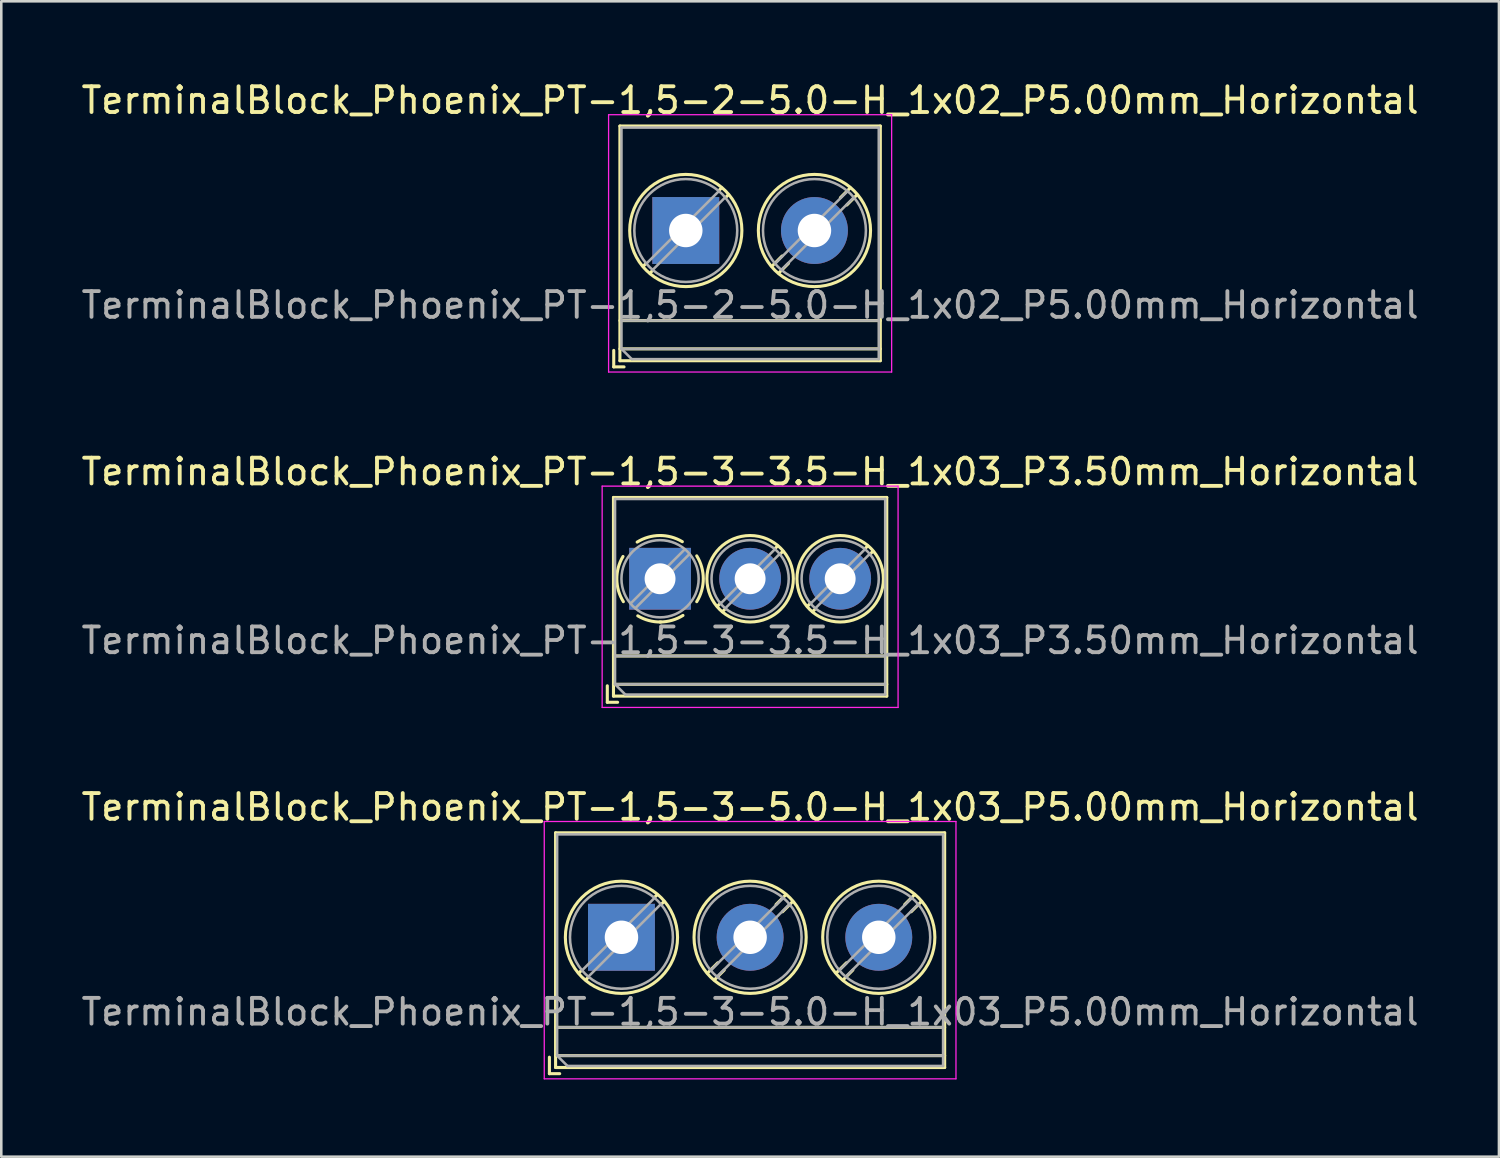
<source format=kicad_pcb>
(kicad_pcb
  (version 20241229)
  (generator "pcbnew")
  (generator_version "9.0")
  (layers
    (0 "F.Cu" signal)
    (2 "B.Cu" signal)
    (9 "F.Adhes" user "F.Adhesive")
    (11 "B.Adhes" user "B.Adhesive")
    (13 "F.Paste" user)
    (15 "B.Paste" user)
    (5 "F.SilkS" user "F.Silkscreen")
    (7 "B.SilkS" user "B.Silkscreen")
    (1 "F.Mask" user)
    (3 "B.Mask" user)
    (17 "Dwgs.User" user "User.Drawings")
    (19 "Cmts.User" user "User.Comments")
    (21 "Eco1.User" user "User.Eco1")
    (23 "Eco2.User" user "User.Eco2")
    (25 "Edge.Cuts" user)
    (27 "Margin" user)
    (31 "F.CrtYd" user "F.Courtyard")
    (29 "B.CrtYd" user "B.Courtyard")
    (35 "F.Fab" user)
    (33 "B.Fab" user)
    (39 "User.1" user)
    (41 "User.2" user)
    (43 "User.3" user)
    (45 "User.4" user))
  (footprint "TerminalBlock_Phoenix_PT-1,5-2-5.0-H_1x02_P5.00mm_Horizontal"
    (layer "F.Cu")
    (at 23.601 5.908)
    (property "Reference" "TerminalBlock_Phoenix_PT-1,5-2-5.0-H_1x02_P5.00mm_Horizontal" (at 2.5 -5.06 0) (layer "F.SilkS") (effects (font (size 1 1) (thickness 0.15))))
    (attr through_hole)
    (fp_line (start -2.8 4.66) (end -2.8 5.3) (stroke (width 0.12) (type solid)) (layer "F.SilkS"))
    (fp_line (start -2.8 5.3) (end -2.4 5.3) (stroke (width 0.12) (type solid)) (layer "F.SilkS"))
    (fp_line (start -2.56 -4.06) (end -2.56 5.06) (stroke (width 0.12) (type solid)) (layer "F.SilkS"))
    (fp_line (start -2.56 -4.06) (end 7.56 -4.06) (stroke (width 0.12) (type solid)) (layer "F.SilkS"))
    (fp_line (start -2.56 3.5) (end 7.56 3.5) (stroke (width 0.12) (type solid)) (layer "F.SilkS"))
    (fp_line (start -2.56 4.6) (end 7.56 4.6) (stroke (width 0.12) (type solid)) (layer "F.SilkS"))
    (fp_line (start -2.56 5.06) (end 7.56 5.06) (stroke (width 0.12) (type solid)) (layer "F.SilkS"))
    (fp_line (start -1.548 1.281) (end -1.654 1.388) (stroke (width 0.12) (type solid)) (layer "F.SilkS"))
    (fp_line (start -1.282 1.547) (end -1.388 1.654) (stroke (width 0.12) (type solid)) (layer "F.SilkS"))
    (fp_line (start 1.388 -1.654) (end 1.281 -1.547) (stroke (width 0.12) (type solid)) (layer "F.SilkS"))
    (fp_line (start 1.654 -1.388) (end 1.547 -1.281) (stroke (width 0.12) (type solid)) (layer "F.SilkS"))
    (fp_line (start 3.742 0.992) (end 3.347 1.388) (stroke (width 0.12) (type solid)) (layer "F.SilkS"))
    (fp_line (start 3.993 1.274) (end 3.613 1.654) (stroke (width 0.12) (type solid)) (layer "F.SilkS"))
    (fp_line (start 6.388 -1.654) (end 6.008 -1.274) (stroke (width 0.12) (type solid)) (layer "F.SilkS"))
    (fp_line (start 6.654 -1.388) (end 6.259 -0.992) (stroke (width 0.12) (type solid)) (layer "F.SilkS"))
    (fp_line (start 7.56 -4.06) (end 7.56 5.06) (stroke (width 0.12) (type solid)) (layer "F.SilkS"))
    (fp_circle (center 0 0) (end 2.18 0) (stroke (width 0.12) (type solid)) (fill no) (layer "F.SilkS"))
    (fp_circle (center 5 0) (end 7.18 0) (stroke (width 0.12) (type solid)) (fill no) (layer "F.SilkS"))
    (fp_line (start -3 -4.5) (end -3 5.5) (stroke (width 0.05) (type solid)) (layer "F.CrtYd"))
    (fp_line (start -3 5.5) (end 8 5.5) (stroke (width 0.05) (type solid)) (layer "F.CrtYd"))
    (fp_line (start 8 -4.5) (end -3 -4.5) (stroke (width 0.05) (type solid)) (layer "F.CrtYd"))
    (fp_line (start 8 5.5) (end 8 -4.5) (stroke (width 0.05) (type solid)) (layer "F.CrtYd"))
    (fp_line (start -2.5 -4) (end 7.5 -4) (stroke (width 0.1) (type solid)) (layer "F.Fab"))
    (fp_line (start -2.5 3.5) (end 7.5 3.5) (stroke (width 0.1) (type solid)) (layer "F.Fab"))
    (fp_line (start -2.5 4.6) (end -2.5 -4) (stroke (width 0.1) (type solid)) (layer "F.Fab"))
    (fp_line (start -2.5 4.6) (end 7.5 4.6) (stroke (width 0.1) (type solid)) (layer "F.Fab"))
    (fp_line (start -2.1 5) (end -2.5 4.6) (stroke (width 0.1) (type solid)) (layer "F.Fab"))
    (fp_line (start 1.273 -1.517) (end -1.517 1.273) (stroke (width 0.1) (type solid)) (layer "F.Fab"))
    (fp_line (start 1.517 -1.273) (end -1.273 1.517) (stroke (width 0.1) (type solid)) (layer "F.Fab"))
    (fp_line (start 6.273 -1.517) (end 3.484 1.273) (stroke (width 0.1) (type solid)) (layer "F.Fab"))
    (fp_line (start 6.517 -1.273) (end 3.728 1.517) (stroke (width 0.1) (type solid)) (layer "F.Fab"))
    (fp_line (start 7.5 -4) (end 7.5 5) (stroke (width 0.1) (type solid)) (layer "F.Fab"))
    (fp_line (start 7.5 5) (end -2.1 5) (stroke (width 0.1) (type solid)) (layer "F.Fab"))
    (fp_circle (center 0 0) (end 2 0) (stroke (width 0.1) (type solid)) (fill no) (layer "F.Fab"))
    (fp_circle (center 5 0) (end 7 0) (stroke (width 0.1) (type solid)) (fill no) (layer "F.Fab"))
    (fp_text user "${REFERENCE}" (at 2.5 2.9 0) (layer "F.Fab") (effects (font (size 1 1) (thickness 0.15))))
    (pad "1" thru_hole rect (at 0 0) (size 2.6 2.6) (drill 1.3) (layers "*.Cu" "*.Mask"))
    (pad "2" thru_hole circle (at 5 0) (size 2.6 2.6) (drill 1.3) (layers "*.Cu" "*.Mask")))
  (footprint "TerminalBlock_Phoenix_PT-1,5-3-3.5-H_1x03_P3.50mm_Horizontal"
    (layer "F.Cu")
    (at 22.601 19.442)
    (property "Reference" "TerminalBlock_Phoenix_PT-1,5-3-3.5-H_1x03_P3.50mm_Horizontal" (at 3.5 -4.16 0) (layer "F.SilkS") (effects (font (size 1 1) (thickness 0.15))))
    (attr through_hole)
    (fp_line (start -2.05 4.16) (end -2.05 4.8) (stroke (width 0.12) (type solid)) (layer "F.SilkS"))
    (fp_line (start -2.05 4.8) (end -1.65 4.8) (stroke (width 0.12) (type solid)) (layer "F.SilkS"))
    (fp_line (start -1.81 -3.16) (end -1.81 4.56) (stroke (width 0.12) (type solid)) (layer "F.SilkS"))
    (fp_line (start -1.81 -3.16) (end 8.81 -3.16) (stroke (width 0.12) (type solid)) (layer "F.SilkS"))
    (fp_line (start -1.81 3) (end 8.81 3) (stroke (width 0.12) (type solid)) (layer "F.SilkS"))
    (fp_line (start -1.81 4.1) (end 8.81 4.1) (stroke (width 0.12) (type solid)) (layer "F.SilkS"))
    (fp_line (start -1.81 4.56) (end 8.81 4.56) (stroke (width 0.12) (type solid)) (layer "F.SilkS"))
    (fp_line (start 2.355 0.941) (end 2.226 1.069) (stroke (width 0.12) (type solid)) (layer "F.SilkS"))
    (fp_line (start 2.525 1.181) (end 2.431 1.274) (stroke (width 0.12) (type solid)) (layer "F.SilkS"))
    (fp_line (start 4.57 -1.275) (end 4.476 -1.181) (stroke (width 0.12) (type solid)) (layer "F.SilkS"))
    (fp_line (start 4.775 -1.069) (end 4.646 -0.941) (stroke (width 0.12) (type solid)) (layer "F.SilkS"))
    (fp_line (start 5.855 0.941) (end 5.726 1.069) (stroke (width 0.12) (type solid)) (layer "F.SilkS"))
    (fp_line (start 6.025 1.181) (end 5.931 1.274) (stroke (width 0.12) (type solid)) (layer "F.SilkS"))
    (fp_line (start 8.07 -1.275) (end 7.976 -1.181) (stroke (width 0.12) (type solid)) (layer "F.SilkS"))
    (fp_line (start 8.275 -1.069) (end 8.146 -0.941) (stroke (width 0.12) (type solid)) (layer "F.SilkS"))
    (fp_line (start 8.81 -3.16) (end 8.81 4.56) (stroke (width 0.12) (type solid)) (layer "F.SilkS"))
    (fp_arc (start -1.425358 0.889894) (mid -1.680286 0.014012) (end -1.44 -0.866) (stroke (width 0.12) (type solid)) (layer "F.SilkS"))
    (fp_arc (start -0.889894 -1.425358) (mid -0.014012 -1.680286) (end 0.866 -1.44) (stroke (width 0.12) (type solid)) (layer "F.SilkS"))
    (fp_arc (start 0.028674 1.680099) (mid -0.435535 1.622918) (end -0.866 1.44) (stroke (width 0.12) (type solid)) (layer "F.SilkS"))
    (fp_arc (start 0.890264 1.424721) (mid 0.463071 1.61492) (end 0 1.68) (stroke (width 0.12) (type solid)) (layer "F.SilkS"))
    (fp_arc (start 1.425504 -0.890193) (mid 1.680626 0.000476) (end 1.425 0.891) (stroke (width 0.12) (type solid)) (layer "F.SilkS"))
    (fp_circle (center 3.5 0) (end 5.18 0) (stroke (width 0.12) (type solid)) (fill no) (layer "F.SilkS"))
    (fp_circle (center 7 0) (end 8.68 0) (stroke (width 0.12) (type solid)) (fill no) (layer "F.SilkS"))
    (fp_line (start -2.25 -3.6) (end -2.25 5) (stroke (width 0.05) (type solid)) (layer "F.CrtYd"))
    (fp_line (start -2.25 5) (end 9.25 5) (stroke (width 0.05) (type solid)) (layer "F.CrtYd"))
    (fp_line (start 9.25 -3.6) (end -2.25 -3.6) (stroke (width 0.05) (type solid)) (layer "F.CrtYd"))
    (fp_line (start 9.25 5) (end 9.25 -3.6) (stroke (width 0.05) (type solid)) (layer "F.CrtYd"))
    (fp_line (start -1.75 -3.1) (end 8.75 -3.1) (stroke (width 0.1) (type solid)) (layer "F.Fab"))
    (fp_line (start -1.75 3) (end 8.75 3) (stroke (width 0.1) (type solid)) (layer "F.Fab"))
    (fp_line (start -1.75 4.1) (end -1.75 -3.1) (stroke (width 0.1) (type solid)) (layer "F.Fab"))
    (fp_line (start -1.75 4.1) (end 8.75 4.1) (stroke (width 0.1) (type solid)) (layer "F.Fab"))
    (fp_line (start -1.35 4.5) (end -1.75 4.1) (stroke (width 0.1) (type solid)) (layer "F.Fab"))
    (fp_line (start 0.955 -1.138) (end -1.138 0.955) (stroke (width 0.1) (type solid)) (layer "F.Fab"))
    (fp_line (start 1.138 -0.955) (end -0.955 1.138) (stroke (width 0.1) (type solid)) (layer "F.Fab"))
    (fp_line (start 4.455 -1.138) (end 2.363 0.955) (stroke (width 0.1) (type solid)) (layer "F.Fab"))
    (fp_line (start 4.638 -0.955) (end 2.546 1.138) (stroke (width 0.1) (type solid)) (layer "F.Fab"))
    (fp_line (start 7.955 -1.138) (end 5.863 0.955) (stroke (width 0.1) (type solid)) (layer "F.Fab"))
    (fp_line (start 8.138 -0.955) (end 6.046 1.138) (stroke (width 0.1) (type solid)) (layer "F.Fab"))
    (fp_line (start 8.75 -3.1) (end 8.75 4.5) (stroke (width 0.1) (type solid)) (layer "F.Fab"))
    (fp_line (start 8.75 4.5) (end -1.35 4.5) (stroke (width 0.1) (type solid)) (layer "F.Fab"))
    (fp_circle (center 0 0) (end 1.5 0) (stroke (width 0.1) (type solid)) (fill no) (layer "F.Fab"))
    (fp_circle (center 3.5 0) (end 5 0) (stroke (width 0.1) (type solid)) (fill no) (layer "F.Fab"))
    (fp_circle (center 7 0) (end 8.5 0) (stroke (width 0.1) (type solid)) (fill no) (layer "F.Fab"))
    (fp_text user "${REFERENCE}" (at 3.5 2.4 0) (layer "F.Fab") (effects (font (size 1 1) (thickness 0.15))))
    (pad "1" thru_hole rect (at 0 0) (size 2.4 2.4) (drill 1.2) (layers "*.Cu" "*.Mask"))
    (pad "2" thru_hole circle (at 3.5 0) (size 2.4 2.4) (drill 1.2) (layers "*.Cu" "*.Mask"))
    (pad "3" thru_hole circle (at 7 0) (size 2.4 2.4) (drill 1.2) (layers "*.Cu" "*.Mask")))
  (footprint "TerminalBlock_Phoenix_PT-1,5-3-5.0-H_1x03_P5.00mm_Horizontal"
    (layer "F.Cu")
    (at 21.101 33.375)
    (property "Reference" "TerminalBlock_Phoenix_PT-1,5-3-5.0-H_1x03_P5.00mm_Horizontal" (at 5 -5.06 0) (layer "F.SilkS") (effects (font (size 1 1) (thickness 0.15))))
    (attr through_hole)
    (fp_line (start -2.8 4.66) (end -2.8 5.3) (stroke (width 0.12) (type solid)) (layer "F.SilkS"))
    (fp_line (start -2.8 5.3) (end -2.4 5.3) (stroke (width 0.12) (type solid)) (layer "F.SilkS"))
    (fp_line (start -2.56 -4.06) (end -2.56 5.06) (stroke (width 0.12) (type solid)) (layer "F.SilkS"))
    (fp_line (start -2.56 -4.06) (end 12.56 -4.06) (stroke (width 0.12) (type solid)) (layer "F.SilkS"))
    (fp_line (start -2.56 3.5) (end 12.56 3.5) (stroke (width 0.12) (type solid)) (layer "F.SilkS"))
    (fp_line (start -2.56 4.6) (end 12.56 4.6) (stroke (width 0.12) (type solid)) (layer "F.SilkS"))
    (fp_line (start -2.56 5.06) (end 12.56 5.06) (stroke (width 0.12) (type solid)) (layer "F.SilkS"))
    (fp_line (start -1.548 1.281) (end -1.654 1.388) (stroke (width 0.12) (type solid)) (layer "F.SilkS"))
    (fp_line (start -1.282 1.547) (end -1.388 1.654) (stroke (width 0.12) (type solid)) (layer "F.SilkS"))
    (fp_line (start 1.388 -1.654) (end 1.281 -1.547) (stroke (width 0.12) (type solid)) (layer "F.SilkS"))
    (fp_line (start 1.654 -1.388) (end 1.547 -1.281) (stroke (width 0.12) (type solid)) (layer "F.SilkS"))
    (fp_line (start 3.742 0.992) (end 3.347 1.388) (stroke (width 0.12) (type solid)) (layer "F.SilkS"))
    (fp_line (start 3.993 1.274) (end 3.613 1.654) (stroke (width 0.12) (type solid)) (layer "F.SilkS"))
    (fp_line (start 6.388 -1.654) (end 6.008 -1.274) (stroke (width 0.12) (type solid)) (layer "F.SilkS"))
    (fp_line (start 6.654 -1.388) (end 6.259 -0.992) (stroke (width 0.12) (type solid)) (layer "F.SilkS"))
    (fp_line (start 8.742 0.992) (end 8.347 1.388) (stroke (width 0.12) (type solid)) (layer "F.SilkS"))
    (fp_line (start 8.993 1.274) (end 8.613 1.654) (stroke (width 0.12) (type solid)) (layer "F.SilkS"))
    (fp_line (start 11.388 -1.654) (end 11.008 -1.274) (stroke (width 0.12) (type solid)) (layer "F.SilkS"))
    (fp_line (start 11.654 -1.388) (end 11.259 -0.992) (stroke (width 0.12) (type solid)) (layer "F.SilkS"))
    (fp_line (start 12.56 -4.06) (end 12.56 5.06) (stroke (width 0.12) (type solid)) (layer "F.SilkS"))
    (fp_circle (center 0 0) (end 2.18 0) (stroke (width 0.12) (type solid)) (fill no) (layer "F.SilkS"))
    (fp_circle (center 5 0) (end 7.18 0) (stroke (width 0.12) (type solid)) (fill no) (layer "F.SilkS"))
    (fp_circle (center 10 0) (end 12.18 0) (stroke (width 0.12) (type solid)) (fill no) (layer "F.SilkS"))
    (fp_line (start -3 -4.5) (end -3 5.5) (stroke (width 0.05) (type solid)) (layer "F.CrtYd"))
    (fp_line (start -3 5.5) (end 13 5.5) (stroke (width 0.05) (type solid)) (layer "F.CrtYd"))
    (fp_line (start 13 -4.5) (end -3 -4.5) (stroke (width 0.05) (type solid)) (layer "F.CrtYd"))
    (fp_line (start 13 5.5) (end 13 -4.5) (stroke (width 0.05) (type solid)) (layer "F.CrtYd"))
    (fp_line (start -2.5 -4) (end 12.5 -4) (stroke (width 0.1) (type solid)) (layer "F.Fab"))
    (fp_line (start -2.5 3.5) (end 12.5 3.5) (stroke (width 0.1) (type solid)) (layer "F.Fab"))
    (fp_line (start -2.5 4.6) (end -2.5 -4) (stroke (width 0.1) (type solid)) (layer "F.Fab"))
    (fp_line (start -2.5 4.6) (end 12.5 4.6) (stroke (width 0.1) (type solid)) (layer "F.Fab"))
    (fp_line (start -2.1 5) (end -2.5 4.6) (stroke (width 0.1) (type solid)) (layer "F.Fab"))
    (fp_line (start 1.273 -1.517) (end -1.517 1.273) (stroke (width 0.1) (type solid)) (layer "F.Fab"))
    (fp_line (start 1.517 -1.273) (end -1.273 1.517) (stroke (width 0.1) (type solid)) (layer "F.Fab"))
    (fp_line (start 6.273 -1.517) (end 3.484 1.273) (stroke (width 0.1) (type solid)) (layer "F.Fab"))
    (fp_line (start 6.517 -1.273) (end 3.728 1.517) (stroke (width 0.1) (type solid)) (layer "F.Fab"))
    (fp_line (start 11.273 -1.517) (end 8.484 1.273) (stroke (width 0.1) (type solid)) (layer "F.Fab"))
    (fp_line (start 11.517 -1.273) (end 8.728 1.517) (stroke (width 0.1) (type solid)) (layer "F.Fab"))
    (fp_line (start 12.5 -4) (end 12.5 5) (stroke (width 0.1) (type solid)) (layer "F.Fab"))
    (fp_line (start 12.5 5) (end -2.1 5) (stroke (width 0.1) (type solid)) (layer "F.Fab"))
    (fp_circle (center 0 0) (end 2 0) (stroke (width 0.1) (type solid)) (fill no) (layer "F.Fab"))
    (fp_circle (center 5 0) (end 7 0) (stroke (width 0.1) (type solid)) (fill no) (layer "F.Fab"))
    (fp_circle (center 10 0) (end 12 0) (stroke (width 0.1) (type solid)) (fill no) (layer "F.Fab"))
    (fp_text user "${REFERENCE}" (at 5 2.9 0) (layer "F.Fab") (effects (font (size 1 1) (thickness 0.15))))
    (pad "1" thru_hole rect (at 0 0) (size 2.6 2.6) (drill 1.3) (layers "*.Cu" "*.Mask"))
    (pad "2" thru_hole circle (at 5 0) (size 2.6 2.6) (drill 1.3) (layers "*.Cu" "*.Mask"))
    (pad "3" thru_hole circle (at 10 0) (size 2.6 2.6) (drill 1.3) (layers "*.Cu" "*.Mask")))
  (gr_rect
    (start -3 -3)
    (end 55.202 41.9)
    (stroke (width 0.1) (type default))
    (fill no)
    (layer "Edge.Cuts")))
</source>
